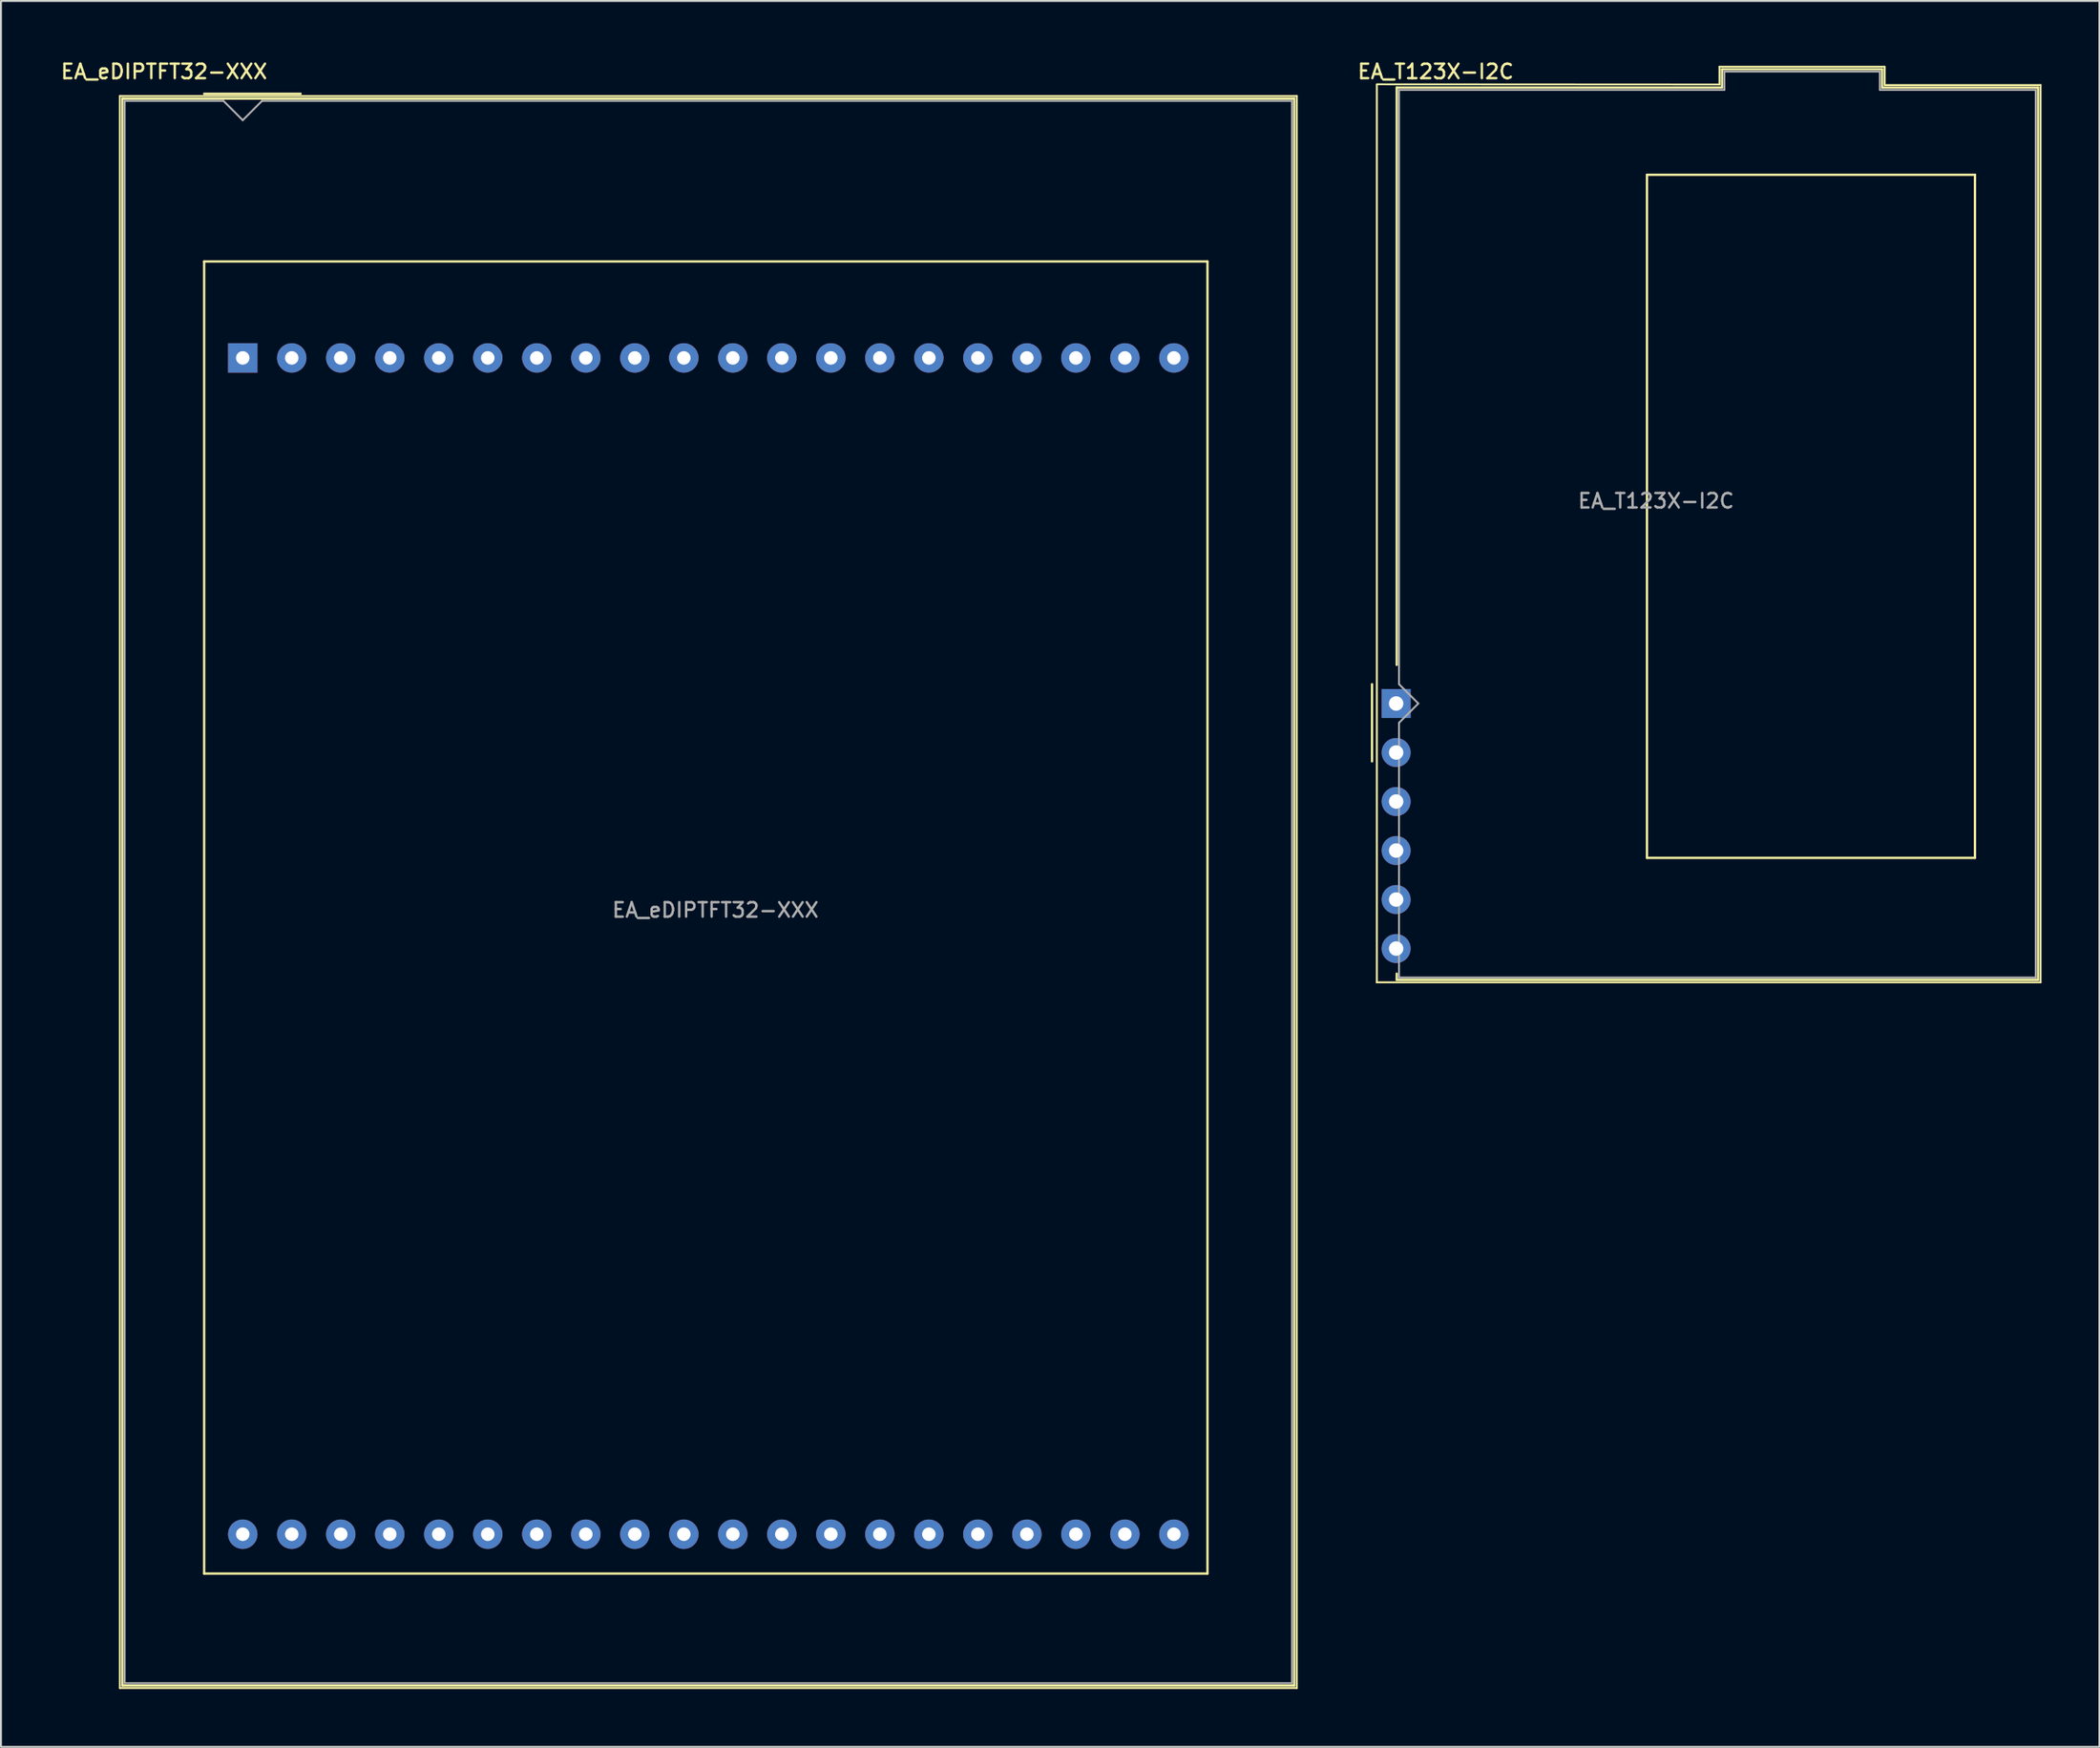
<source format=kicad_pcb>
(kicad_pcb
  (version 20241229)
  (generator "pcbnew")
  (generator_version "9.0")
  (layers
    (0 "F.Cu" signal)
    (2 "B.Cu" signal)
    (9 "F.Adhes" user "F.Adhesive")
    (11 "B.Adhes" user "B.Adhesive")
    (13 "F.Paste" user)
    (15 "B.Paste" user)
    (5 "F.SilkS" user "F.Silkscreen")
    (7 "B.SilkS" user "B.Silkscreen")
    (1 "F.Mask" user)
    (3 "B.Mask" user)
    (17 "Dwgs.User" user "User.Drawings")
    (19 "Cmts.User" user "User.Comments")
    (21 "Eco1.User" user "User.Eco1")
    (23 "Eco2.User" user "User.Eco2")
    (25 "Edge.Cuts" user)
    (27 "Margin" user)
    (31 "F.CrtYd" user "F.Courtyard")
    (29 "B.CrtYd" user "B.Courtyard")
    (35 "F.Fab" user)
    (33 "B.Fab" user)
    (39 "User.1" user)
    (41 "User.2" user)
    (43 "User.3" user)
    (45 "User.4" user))
  (footprint "EA_eDIPTFT32-XXX"
    (layer "F.Cu")
    (at 9.531 15.499)
    (property "Reference" "EA_eDIPTFT32-XXX" (at -4.079 -14.841 0) (layer "F.SilkS") (effects (font (size 0.75 0.75) (thickness 0.125))))
    (attr through_hole)
    (fp_line (start -6.37 -13.57) (end -6.37 68.93) (stroke (width 0.1) (type solid)) (layer "F.SilkS"))
    (fp_line (start -6.37 68.93) (end 54.63 68.93) (stroke (width 0.1) (type solid)) (layer "F.SilkS"))
    (fp_line (start -6.24 -13.44) (end -6.24 68.8) (stroke (width 0.12) (type solid)) (layer "F.SilkS"))
    (fp_line (start -6.24 68.8) (end 54.5 68.8) (stroke (width 0.12) (type solid)) (layer "F.SilkS"))
    (fp_line (start -2 -5) (end -2 63) (stroke (width 0.12) (type solid)) (layer "F.SilkS"))
    (fp_line (start -2 63) (end 50 63) (stroke (width 0.12) (type solid)) (layer "F.SilkS"))
    (fp_line (start 3 -13.69) (end -2 -13.69) (stroke (width 0.12) (type solid)) (layer "F.SilkS"))
    (fp_line (start 50 -5) (end -2 -5) (stroke (width 0.12) (type solid)) (layer "F.SilkS"))
    (fp_line (start 50 63) (end 50 -5) (stroke (width 0.12) (type solid)) (layer "F.SilkS"))
    (fp_line (start 54.5 -13.44) (end -6.24 -13.44) (stroke (width 0.12) (type solid)) (layer "F.SilkS"))
    (fp_line (start 54.5 68.8) (end 54.5 -13.44) (stroke (width 0.12) (type solid)) (layer "F.SilkS"))
    (fp_line (start 54.63 -13.57) (end -6.37 -13.57) (stroke (width 0.1) (type solid)) (layer "F.SilkS"))
    (fp_line (start 54.63 68.93) (end 54.63 -13.57) (stroke (width 0.1) (type solid)) (layer "F.SilkS"))
    (fp_line (start -6.12 -13.32) (end -6.12 68.68) (stroke (width 0.1) (type solid)) (layer "F.Fab"))
    (fp_line (start -6.12 68.68) (end 54.38 68.68) (stroke (width 0.1) (type solid)) (layer "F.Fab"))
    (fp_line (start -1 -13.32) (end -6.12 -13.32) (stroke (width 0.1) (type solid)) (layer "F.Fab"))
    (fp_line (start 0 -12.32) (end -1 -13.32) (stroke (width 0.1) (type solid)) (layer "F.Fab"))
    (fp_line (start 1 -13.32) (end 0 -12.32) (stroke (width 0.1) (type solid)) (layer "F.Fab"))
    (fp_line (start 54.38 -13.32) (end 1 -13.32) (stroke (width 0.1) (type solid)) (layer "F.Fab"))
    (fp_line (start 54.38 68.68) (end 54.38 -13.32) (stroke (width 0.1) (type solid)) (layer "F.Fab"))
    (fp_text user "${REFERENCE}" (at 24.498 28.613 0) (layer "F.Fab") (effects (font (size 0.75 0.75) (thickness 0.125))))
    (pad "1" thru_hole rect (at 0 0) (size 1.524 1.524) (drill 0.7) (layers "*.Cu" "*.Mask"))
    (pad "2" thru_hole circle (at 2.54 0 90) (size 1.524 1.524) (drill 0.7) (layers "*.Cu" "*.Mask"))
    (pad "3" thru_hole circle (at 5.08 0 90) (size 1.524 1.524) (drill 0.7) (layers "*.Cu" "*.Mask"))
    (pad "4" thru_hole circle (at 7.62 0 90) (size 1.524 1.524) (drill 0.7) (layers "*.Cu" "*.Mask"))
    (pad "5" thru_hole circle (at 10.16 0 90) (size 1.524 1.524) (drill 0.7) (layers "*.Cu" "*.Mask"))
    (pad "6" thru_hole circle (at 12.7 0 90) (size 1.524 1.524) (drill 0.7) (layers "*.Cu" "*.Mask"))
    (pad "7" thru_hole circle (at 15.24 0 90) (size 1.524 1.524) (drill 0.7) (layers "*.Cu" "*.Mask"))
    (pad "8" thru_hole circle (at 17.78 0 90) (size 1.524 1.524) (drill 0.7) (layers "*.Cu" "*.Mask"))
    (pad "9" thru_hole circle (at 20.32 0 90) (size 1.524 1.524) (drill 0.7) (layers "*.Cu" "*.Mask"))
    (pad "10" thru_hole circle (at 22.86 0 90) (size 1.524 1.524) (drill 0.7) (layers "*.Cu" "*.Mask"))
    (pad "11" thru_hole circle (at 25.4 0 90) (size 1.524 1.524) (drill 0.7) (layers "*.Cu" "*.Mask"))
    (pad "12" thru_hole circle (at 27.94 0 90) (size 1.524 1.524) (drill 0.7) (layers "*.Cu" "*.Mask"))
    (pad "13" thru_hole circle (at 30.48 0 90) (size 1.524 1.524) (drill 0.7) (layers "*.Cu" "*.Mask"))
    (pad "14" thru_hole circle (at 33.02 0 90) (size 1.524 1.524) (drill 0.7) (layers "*.Cu" "*.Mask"))
    (pad "15" thru_hole circle (at 35.56 0 90) (size 1.524 1.524) (drill 0.7) (layers "*.Cu" "*.Mask"))
    (pad "16" thru_hole circle (at 38.1 0 90) (size 1.524 1.524) (drill 0.7) (layers "*.Cu" "*.Mask"))
    (pad "17" thru_hole circle (at 40.64 0 90) (size 1.524 1.524) (drill 0.7) (layers "*.Cu" "*.Mask"))
    (pad "18" thru_hole circle (at 43.18 0 90) (size 1.524 1.524) (drill 0.7) (layers "*.Cu" "*.Mask"))
    (pad "19" thru_hole circle (at 45.72 0 90) (size 1.524 1.524) (drill 0.7) (layers "*.Cu" "*.Mask"))
    (pad "20" thru_hole circle (at 48.26 0 90) (size 1.524 1.524) (drill 0.7) (layers "*.Cu" "*.Mask"))
    (pad "21" thru_hole circle (at 48.26 60.96 90) (size 1.524 1.524) (drill 0.7) (layers "*.Cu" "*.Mask"))
    (pad "22" thru_hole circle (at 45.72 60.96 90) (size 1.524 1.524) (drill 0.7) (layers "*.Cu" "*.Mask"))
    (pad "23" thru_hole circle (at 43.18 60.96 90) (size 1.524 1.524) (drill 0.7) (layers "*.Cu" "*.Mask"))
    (pad "24" thru_hole circle (at 40.64 60.96 90) (size 1.524 1.524) (drill 0.7) (layers "*.Cu" "*.Mask"))
    (pad "25" thru_hole circle (at 38.1 60.96 90) (size 1.524 1.524) (drill 0.7) (layers "*.Cu" "*.Mask"))
    (pad "26" thru_hole circle (at 35.56 60.96 90) (size 1.524 1.524) (drill 0.7) (layers "*.Cu" "*.Mask"))
    (pad "27" thru_hole circle (at 33.02 60.96 90) (size 1.524 1.524) (drill 0.7) (layers "*.Cu" "*.Mask"))
    (pad "28" thru_hole circle (at 30.48 60.96 90) (size 1.524 1.524) (drill 0.7) (layers "*.Cu" "*.Mask"))
    (pad "29" thru_hole circle (at 27.94 60.96 90) (size 1.524 1.524) (drill 0.7) (layers "*.Cu" "*.Mask"))
    (pad "30" thru_hole circle (at 25.4 60.96 90) (size 1.524 1.524) (drill 0.7) (layers "*.Cu" "*.Mask"))
    (pad "31" thru_hole circle (at 22.86 60.96 90) (size 1.524 1.524) (drill 0.7) (layers "*.Cu" "*.Mask"))
    (pad "32" thru_hole circle (at 20.32 60.96 90) (size 1.524 1.524) (drill 0.7) (layers "*.Cu" "*.Mask"))
    (pad "33" thru_hole circle (at 17.78 60.96 90) (size 1.524 1.524) (drill 0.7) (layers "*.Cu" "*.Mask"))
    (pad "34" thru_hole circle (at 15.24 60.96 90) (size 1.524 1.524) (drill 0.7) (layers "*.Cu" "*.Mask"))
    (pad "35" thru_hole circle (at 12.7 60.96 90) (size 1.524 1.524) (drill 0.7) (layers "*.Cu" "*.Mask"))
    (pad "36" thru_hole circle (at 10.16 60.96 90) (size 1.524 1.524) (drill 0.7) (layers "*.Cu" "*.Mask"))
    (pad "37" thru_hole circle (at 7.62 60.96 90) (size 1.524 1.524) (drill 0.7) (layers "*.Cu" "*.Mask"))
    (pad "38" thru_hole circle (at 5.08 60.96 90) (size 1.524 1.524) (drill 0.7) (layers "*.Cu" "*.Mask"))
    (pad "39" thru_hole circle (at 2.54 60.96 90) (size 1.524 1.524) (drill 0.7) (layers "*.Cu" "*.Mask"))
    (pad "40" thru_hole circle (at 0 60.96 90) (size 1.524 1.524) (drill 0.7) (layers "*.Cu" "*.Mask")))
  (footprint "EA_T123X-I2C"
    (layer "F.Cu")
    (at 69.309 33.408)
    (property "Reference" "EA_T123X-I2C" (at 2.05 -32.75 0) (layer "F.SilkS") (effects (font (size 0.75 0.75) (thickness 0.125))))
    (attr through_hole)
    (fp_line (start -1.25 -1) (end -1.25 3) (stroke (width 0.12) (type solid)) (layer "F.SilkS"))
    (fp_line (start -1 14.45) (end -1 -32.05) (stroke (width 0.1) (type solid)) (layer "F.SilkS"))
    (fp_line (start 0.03 -31.92) (end 0.03 -2) (stroke (width 0.12) (type solid)) (layer "F.SilkS"))
    (fp_line (start 0.03 -31.92) (end 16.89 -31.92) (stroke (width 0.12) (type solid)) (layer "F.SilkS"))
    (fp_line (start 0.03 14.32) (end 0.03 14) (stroke (width 0.12) (type solid)) (layer "F.SilkS"))
    (fp_line (start 13 -27.4) (end 30 -27.4) (stroke (width 0.12) (type solid)) (layer "F.SilkS"))
    (fp_line (start 13 8) (end 13 -27.4) (stroke (width 0.12) (type solid)) (layer "F.SilkS"))
    (fp_line (start 13 8) (end 30 8) (stroke (width 0.12) (type solid)) (layer "F.SilkS"))
    (fp_line (start 16.76 -33) (end 16.76 -32.08) (stroke (width 0.1) (type solid)) (layer "F.SilkS"))
    (fp_line (start 16.76 -32.08) (end -1 -32.09) (stroke (width 0.1) (type solid)) (layer "F.SilkS"))
    (fp_line (start 16.89 -32.87) (end 16.89 -31.94) (stroke (width 0.12) (type solid)) (layer "F.SilkS"))
    (fp_line (start 25.19 -32.87) (end 16.89 -32.87) (stroke (width 0.12) (type solid)) (layer "F.SilkS"))
    (fp_line (start 25.19 -31.93) (end 25.19 -32.87) (stroke (width 0.12) (type solid)) (layer "F.SilkS"))
    (fp_line (start 25.19 -31.92) (end 33.27 -31.92) (stroke (width 0.12) (type solid)) (layer "F.SilkS"))
    (fp_line (start 25.31 -33) (end 16.76 -33) (stroke (width 0.1) (type solid)) (layer "F.SilkS"))
    (fp_line (start 25.32 -32.06) (end 25.32 -33) (stroke (width 0.1) (type solid)) (layer "F.SilkS"))
    (fp_line (start 25.32 -32.05) (end 33.4 -32.05) (stroke (width 0.1) (type solid)) (layer "F.SilkS"))
    (fp_line (start 30 -27.4) (end 30 8) (stroke (width 0.12) (type solid)) (layer "F.SilkS"))
    (fp_line (start 33.27 -31.92) (end 33.27 14.32) (stroke (width 0.12) (type solid)) (layer "F.SilkS"))
    (fp_line (start 33.27 14.32) (end 0.03 14.32) (stroke (width 0.12) (type solid)) (layer "F.SilkS"))
    (fp_line (start 33.4 -32.05) (end 33.4 14.45) (stroke (width 0.1) (type solid)) (layer "F.SilkS"))
    (fp_line (start 33.4 14.45) (end -1 14.45) (stroke (width 0.1) (type solid)) (layer "F.SilkS"))
    (fp_line (start 0.15 -31.8) (end 17.01 -31.8) (stroke (width 0.1) (type solid)) (layer "F.Fab"))
    (fp_line (start 0.15 -1) (end 0.15 -31.8) (stroke (width 0.1) (type solid)) (layer "F.Fab"))
    (fp_line (start 0.15 -1) (end 1.15 0) (stroke (width 0.1) (type solid)) (layer "F.Fab"))
    (fp_line (start 0.15 1) (end 0.15 14.2) (stroke (width 0.1) (type solid)) (layer "F.Fab"))
    (fp_line (start 0.15 14.2) (end 33.15 14.2) (stroke (width 0.1) (type solid)) (layer "F.Fab"))
    (fp_line (start 1.15 0) (end 0.15 1) (stroke (width 0.1) (type solid)) (layer "F.Fab"))
    (fp_line (start 17.01 -32.75) (end 17.01 -31.8) (stroke (width 0.1) (type solid)) (layer "F.Fab"))
    (fp_line (start 25.07 -32.75) (end 17.01 -32.75) (stroke (width 0.1) (type solid)) (layer "F.Fab"))
    (fp_line (start 25.07 -31.8) (end 25.07 -32.75) (stroke (width 0.1) (type solid)) (layer "F.Fab"))
    (fp_line (start 25.07 -31.8) (end 33.15 -31.8) (stroke (width 0.1) (type solid)) (layer "F.Fab"))
    (fp_line (start 33.15 -31.8) (end 33.15 14.2) (stroke (width 0.1) (type solid)) (layer "F.Fab"))
    (fp_text user "${REFERENCE}" (at 13.47 -10.5 0) (layer "F.Fab") (effects (font (size 0.75 0.75) (thickness 0.125))))
    (pad "1" thru_hole rect (at 0 0) (size 1.5 1.5) (drill 0.75) (layers "*.Cu" "*.Mask"))
    (pad "2" thru_hole circle (at 0 2.54) (size 1.5 1.5) (drill 0.75) (layers "*.Cu" "*.Mask"))
    (pad "3" thru_hole circle (at 0 5.08) (size 1.5 1.5) (drill 0.75) (layers "*.Cu" "*.Mask"))
    (pad "4" thru_hole circle (at 0 7.62) (size 1.5 1.5) (drill 0.75) (layers "*.Cu" "*.Mask"))
    (pad "5" thru_hole circle (at 0 10.16) (size 1.5 1.5) (drill 0.75) (layers "*.Cu" "*.Mask"))
    (pad "6" thru_hole circle (at 0 12.7) (size 1.5 1.5) (drill 0.75) (layers "*.Cu" "*.Mask")))
  (gr_rect
    (start -3 -3)
    (end 105.759 87.479)
    (stroke (width 0.1) (type default))
    (fill no)
    (layer "Edge.Cuts")))
</source>
